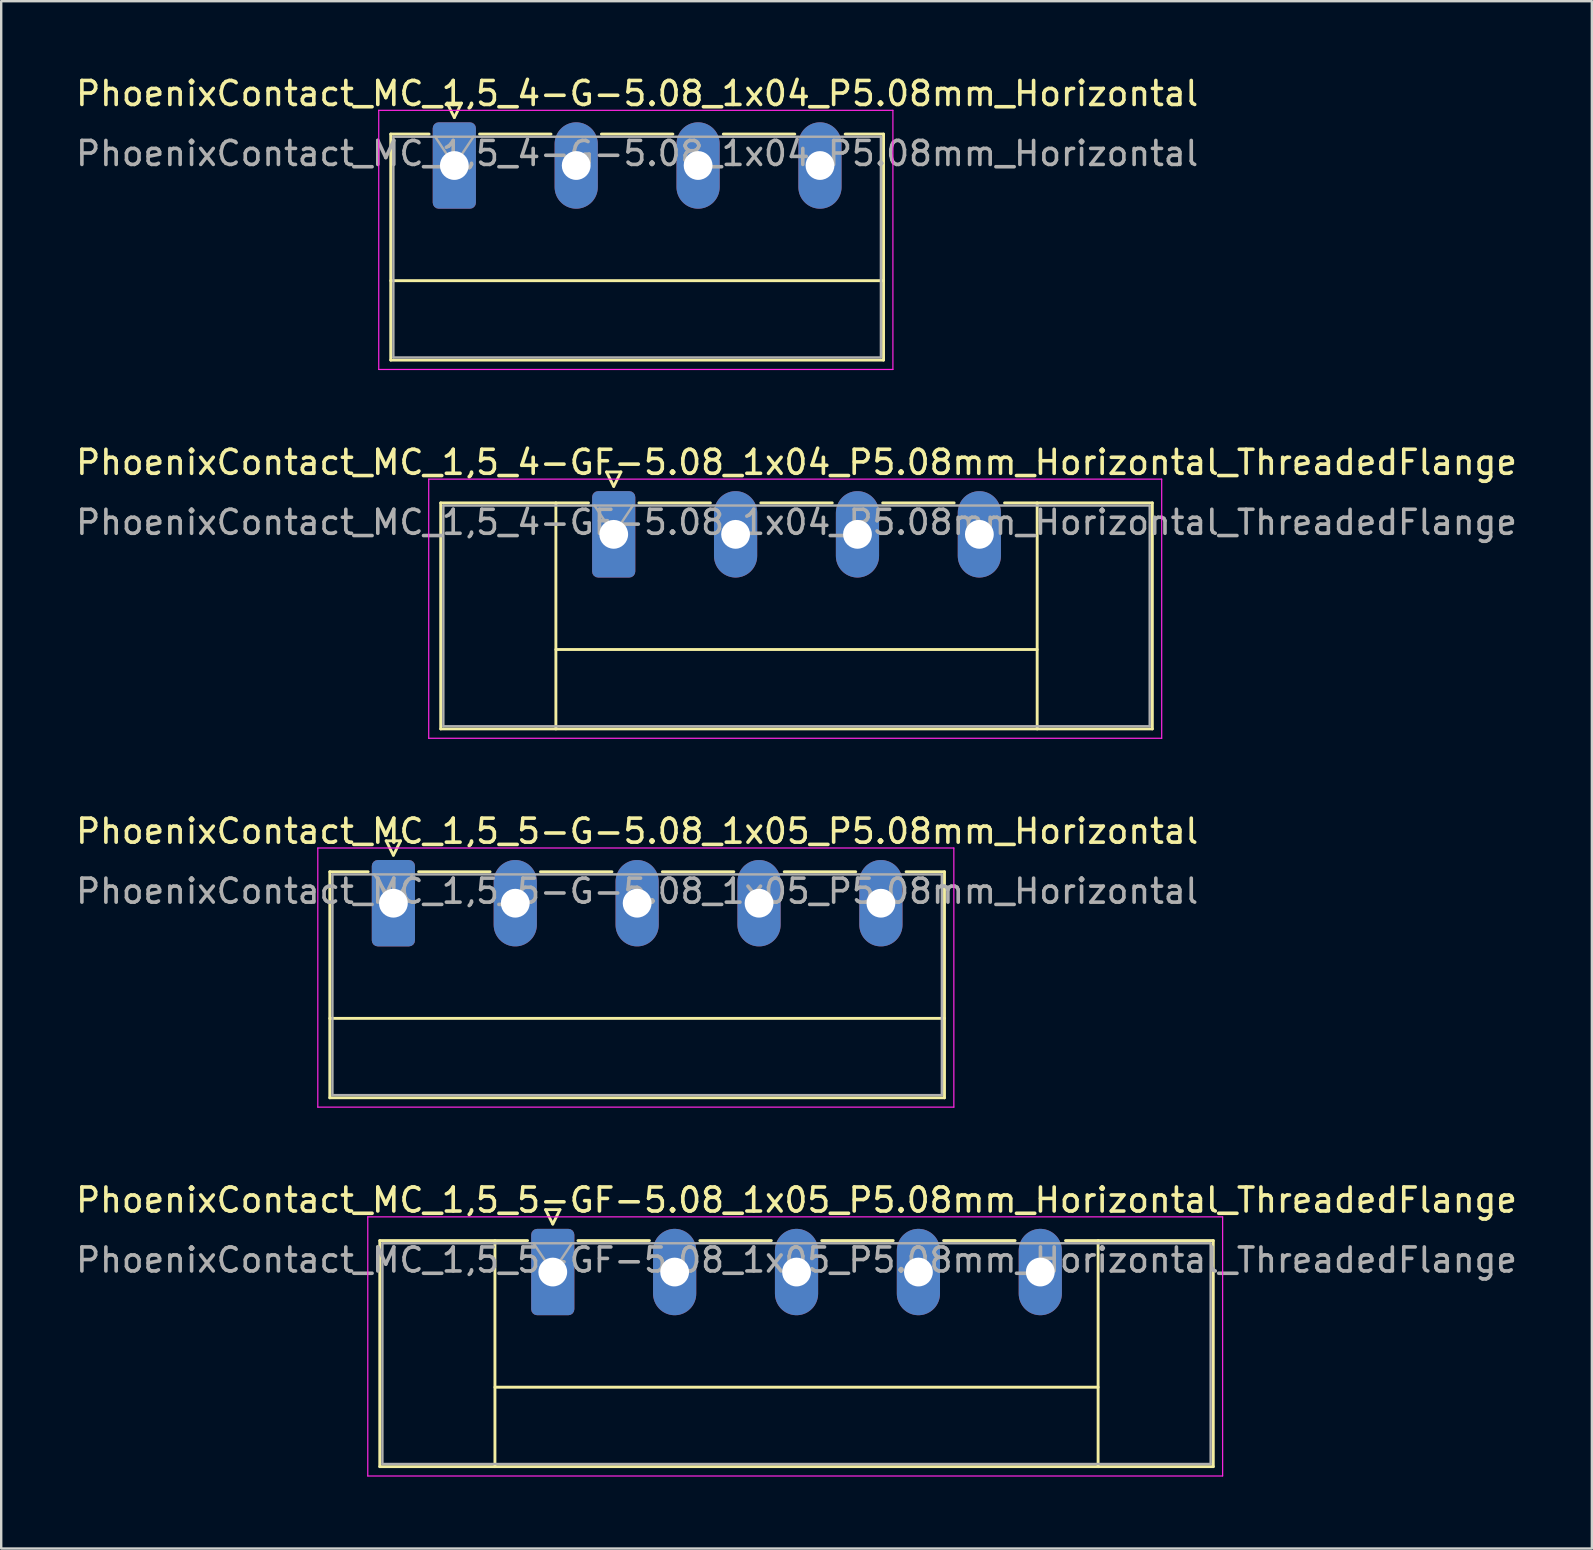
<source format=kicad_pcb>
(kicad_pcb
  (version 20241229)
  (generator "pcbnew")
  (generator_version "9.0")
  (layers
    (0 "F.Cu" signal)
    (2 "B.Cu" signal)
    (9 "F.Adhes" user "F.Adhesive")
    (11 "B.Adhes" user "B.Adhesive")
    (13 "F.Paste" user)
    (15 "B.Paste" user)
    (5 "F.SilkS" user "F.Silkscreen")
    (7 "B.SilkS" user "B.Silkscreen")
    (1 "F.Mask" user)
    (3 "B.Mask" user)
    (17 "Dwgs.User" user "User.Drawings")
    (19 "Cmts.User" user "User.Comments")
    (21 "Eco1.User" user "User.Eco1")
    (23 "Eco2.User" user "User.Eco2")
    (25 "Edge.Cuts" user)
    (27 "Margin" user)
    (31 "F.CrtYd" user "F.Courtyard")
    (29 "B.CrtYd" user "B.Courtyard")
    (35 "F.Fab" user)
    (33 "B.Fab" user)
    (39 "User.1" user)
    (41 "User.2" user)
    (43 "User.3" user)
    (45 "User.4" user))
  (footprint "PhoenixContact_MC_1,5_5-GF-5.08_1x05_P5.08mm_Horizontal_ThreadedFlange"
    (layer "F.Cu")
    (at 19.989 49.968)
    (property "Reference" "PhoenixContact_MC_1,5_5-GF-5.08_1x05_P5.08mm_Horizontal_ThreadedFlange" (at 10.16 -3 0) (layer "F.SilkS") (effects (font (size 1 1) (thickness 0.15))))
    (attr through_hole)
    (fp_line (start -7.21 -1.31) (end -7.21 8.11) (stroke (width 0.12) (type solid)) (layer "F.SilkS"))
    (fp_line (start -7.21 -1.31) (end -1.05 -1.31) (stroke (width 0.12) (type solid)) (layer "F.SilkS"))
    (fp_line (start -7.21 8.11) (end 27.53 8.11) (stroke (width 0.12) (type solid)) (layer "F.SilkS"))
    (fp_line (start -2.41 -1.31) (end -2.41 8.11) (stroke (width 0.12) (type solid)) (layer "F.SilkS"))
    (fp_line (start -2.41 4.8) (end 22.73 4.8) (stroke (width 0.12) (type solid)) (layer "F.SilkS"))
    (fp_line (start -0.3 -2.6) (end 0.3 -2.6) (stroke (width 0.12) (type solid)) (layer "F.SilkS"))
    (fp_line (start 0 -2) (end -0.3 -2.6) (stroke (width 0.12) (type solid)) (layer "F.SilkS"))
    (fp_line (start 0.3 -2.6) (end 0 -2) (stroke (width 0.12) (type solid)) (layer "F.SilkS"))
    (fp_line (start 1.05 -1.31) (end 4.03 -1.31) (stroke (width 0.12) (type solid)) (layer "F.SilkS"))
    (fp_line (start 6.13 -1.31) (end 9.11 -1.31) (stroke (width 0.12) (type solid)) (layer "F.SilkS"))
    (fp_line (start 11.21 -1.31) (end 14.19 -1.31) (stroke (width 0.12) (type solid)) (layer "F.SilkS"))
    (fp_line (start 16.29 -1.31) (end 19.27 -1.31) (stroke (width 0.12) (type solid)) (layer "F.SilkS"))
    (fp_line (start 22.73 -1.31) (end 22.73 8.11) (stroke (width 0.12) (type solid)) (layer "F.SilkS"))
    (fp_line (start 27.53 -1.31) (end 21.37 -1.31) (stroke (width 0.12) (type solid)) (layer "F.SilkS"))
    (fp_line (start 27.53 8.11) (end 27.53 -1.31) (stroke (width 0.12) (type solid)) (layer "F.SilkS"))
    (fp_line (start -7.71 -2.3) (end -7.71 8.5) (stroke (width 0.05) (type solid)) (layer "F.CrtYd"))
    (fp_line (start -7.71 8.5) (end 27.92 8.5) (stroke (width 0.05) (type solid)) (layer "F.CrtYd"))
    (fp_line (start 27.92 -2.3) (end -7.71 -2.3) (stroke (width 0.05) (type solid)) (layer "F.CrtYd"))
    (fp_line (start 27.92 8.5) (end 27.92 -2.3) (stroke (width 0.05) (type solid)) (layer "F.CrtYd"))
    (fp_line (start -7.1 -1.2) (end -7.1 8) (stroke (width 0.1) (type solid)) (layer "F.Fab"))
    (fp_line (start -7.1 8) (end 27.42 8) (stroke (width 0.1) (type solid)) (layer "F.Fab"))
    (fp_line (start 0 0) (end -0.8 -1.2) (stroke (width 0.1) (type solid)) (layer "F.Fab"))
    (fp_line (start 0.8 -1.2) (end 0 0) (stroke (width 0.1) (type solid)) (layer "F.Fab"))
    (fp_line (start 27.42 -1.2) (end -7.1 -1.2) (stroke (width 0.1) (type solid)) (layer "F.Fab"))
    (fp_line (start 27.42 8) (end 27.42 -1.2) (stroke (width 0.1) (type solid)) (layer "F.Fab"))
    (fp_text user "${REFERENCE}" (at 10.16 -0.5 0) (layer "F.Fab") (effects (font (size 1 1) (thickness 0.15))))
    (pad "1" thru_hole roundrect (at 0 0) (size 1.8 3.6) (drill 1.2) (layers "*.Cu" "*.Mask") (roundrect_rratio 0.139))
    (pad "2" thru_hole oval (at 5.08 0) (size 1.8 3.6) (drill 1.2) (layers "*.Cu" "*.Mask"))
    (pad "3" thru_hole oval (at 10.16 0) (size 1.8 3.6) (drill 1.2) (layers "*.Cu" "*.Mask"))
    (pad "4" thru_hole oval (at 15.24 0) (size 1.8 3.6) (drill 1.2) (layers "*.Cu" "*.Mask"))
    (pad "5" thru_hole oval (at 20.32 0) (size 1.8 3.6) (drill 1.2) (layers "*.Cu" "*.Mask")))
  (footprint "PhoenixContact_MC_1,5_4-GF-5.08_1x04_P5.08mm_Horizontal_ThreadedFlange"
    (layer "F.Cu")
    (at 22.529 19.221)
    (property "Reference" "PhoenixContact_MC_1,5_4-GF-5.08_1x04_P5.08mm_Horizontal_ThreadedFlange" (at 7.62 -3 0) (layer "F.SilkS") (effects (font (size 1 1) (thickness 0.15))))
    (attr through_hole)
    (fp_line (start -7.21 -1.31) (end -7.21 8.11) (stroke (width 0.12) (type solid)) (layer "F.SilkS"))
    (fp_line (start -7.21 -1.31) (end -1.05 -1.31) (stroke (width 0.12) (type solid)) (layer "F.SilkS"))
    (fp_line (start -7.21 8.11) (end 22.45 8.11) (stroke (width 0.12) (type solid)) (layer "F.SilkS"))
    (fp_line (start -2.41 -1.31) (end -2.41 8.11) (stroke (width 0.12) (type solid)) (layer "F.SilkS"))
    (fp_line (start -2.41 4.8) (end 17.65 4.8) (stroke (width 0.12) (type solid)) (layer "F.SilkS"))
    (fp_line (start -0.3 -2.6) (end 0.3 -2.6) (stroke (width 0.12) (type solid)) (layer "F.SilkS"))
    (fp_line (start 0 -2) (end -0.3 -2.6) (stroke (width 0.12) (type solid)) (layer "F.SilkS"))
    (fp_line (start 0.3 -2.6) (end 0 -2) (stroke (width 0.12) (type solid)) (layer "F.SilkS"))
    (fp_line (start 1.05 -1.31) (end 4.03 -1.31) (stroke (width 0.12) (type solid)) (layer "F.SilkS"))
    (fp_line (start 6.13 -1.31) (end 9.11 -1.31) (stroke (width 0.12) (type solid)) (layer "F.SilkS"))
    (fp_line (start 11.21 -1.31) (end 14.19 -1.31) (stroke (width 0.12) (type solid)) (layer "F.SilkS"))
    (fp_line (start 17.65 -1.31) (end 17.65 8.11) (stroke (width 0.12) (type solid)) (layer "F.SilkS"))
    (fp_line (start 22.45 -1.31) (end 16.29 -1.31) (stroke (width 0.12) (type solid)) (layer "F.SilkS"))
    (fp_line (start 22.45 8.11) (end 22.45 -1.31) (stroke (width 0.12) (type solid)) (layer "F.SilkS"))
    (fp_line (start -7.71 -2.3) (end -7.71 8.5) (stroke (width 0.05) (type solid)) (layer "F.CrtYd"))
    (fp_line (start -7.71 8.5) (end 22.84 8.5) (stroke (width 0.05) (type solid)) (layer "F.CrtYd"))
    (fp_line (start 22.84 -2.3) (end -7.71 -2.3) (stroke (width 0.05) (type solid)) (layer "F.CrtYd"))
    (fp_line (start 22.84 8.5) (end 22.84 -2.3) (stroke (width 0.05) (type solid)) (layer "F.CrtYd"))
    (fp_line (start -7.1 -1.2) (end -7.1 8) (stroke (width 0.1) (type solid)) (layer "F.Fab"))
    (fp_line (start -7.1 8) (end 22.34 8) (stroke (width 0.1) (type solid)) (layer "F.Fab"))
    (fp_line (start 0 0) (end -0.8 -1.2) (stroke (width 0.1) (type solid)) (layer "F.Fab"))
    (fp_line (start 0.8 -1.2) (end 0 0) (stroke (width 0.1) (type solid)) (layer "F.Fab"))
    (fp_line (start 22.34 -1.2) (end -7.1 -1.2) (stroke (width 0.1) (type solid)) (layer "F.Fab"))
    (fp_line (start 22.34 8) (end 22.34 -1.2) (stroke (width 0.1) (type solid)) (layer "F.Fab"))
    (fp_text user "${REFERENCE}" (at 7.62 -0.5 0) (layer "F.Fab") (effects (font (size 1 1) (thickness 0.15))))
    (pad "1" thru_hole roundrect (at 0 0) (size 1.8 3.6) (drill 1.2) (layers "*.Cu" "*.Mask") (roundrect_rratio 0.139))
    (pad "2" thru_hole oval (at 5.08 0) (size 1.8 3.6) (drill 1.2) (layers "*.Cu" "*.Mask"))
    (pad "3" thru_hole oval (at 10.16 0) (size 1.8 3.6) (drill 1.2) (layers "*.Cu" "*.Mask"))
    (pad "4" thru_hole oval (at 15.24 0) (size 1.8 3.6) (drill 1.2) (layers "*.Cu" "*.Mask")))
  (footprint "PhoenixContact_MC_1,5_5-G-5.08_1x05_P5.08mm_Horizontal"
    (layer "F.Cu")
    (at 13.346 34.595)
    (property "Reference" "PhoenixContact_MC_1,5_5-G-5.08_1x05_P5.08mm_Horizontal" (at 10.16 -3 0) (layer "F.SilkS") (effects (font (size 1 1) (thickness 0.15))))
    (attr through_hole)
    (fp_line (start -2.65 -1.31) (end -2.65 8.11) (stroke (width 0.12) (type solid)) (layer "F.SilkS"))
    (fp_line (start -2.65 -1.31) (end -1.05 -1.31) (stroke (width 0.12) (type solid)) (layer "F.SilkS"))
    (fp_line (start -2.65 4.8) (end 22.97 4.8) (stroke (width 0.12) (type solid)) (layer "F.SilkS"))
    (fp_line (start -2.65 8.11) (end 22.97 8.11) (stroke (width 0.12) (type solid)) (layer "F.SilkS"))
    (fp_line (start -0.3 -2.6) (end 0.3 -2.6) (stroke (width 0.12) (type solid)) (layer "F.SilkS"))
    (fp_line (start 0 -2) (end -0.3 -2.6) (stroke (width 0.12) (type solid)) (layer "F.SilkS"))
    (fp_line (start 0.3 -2.6) (end 0 -2) (stroke (width 0.12) (type solid)) (layer "F.SilkS"))
    (fp_line (start 1.05 -1.31) (end 4.03 -1.31) (stroke (width 0.12) (type solid)) (layer "F.SilkS"))
    (fp_line (start 6.13 -1.31) (end 9.11 -1.31) (stroke (width 0.12) (type solid)) (layer "F.SilkS"))
    (fp_line (start 11.21 -1.31) (end 14.19 -1.31) (stroke (width 0.12) (type solid)) (layer "F.SilkS"))
    (fp_line (start 16.29 -1.31) (end 19.27 -1.31) (stroke (width 0.12) (type solid)) (layer "F.SilkS"))
    (fp_line (start 22.97 -1.31) (end 21.37 -1.31) (stroke (width 0.12) (type solid)) (layer "F.SilkS"))
    (fp_line (start 22.97 8.11) (end 22.97 -1.31) (stroke (width 0.12) (type solid)) (layer "F.SilkS"))
    (fp_line (start -3.15 -2.3) (end -3.15 8.5) (stroke (width 0.05) (type solid)) (layer "F.CrtYd"))
    (fp_line (start -3.15 8.5) (end 23.36 8.5) (stroke (width 0.05) (type solid)) (layer "F.CrtYd"))
    (fp_line (start 23.36 -2.3) (end -3.15 -2.3) (stroke (width 0.05) (type solid)) (layer "F.CrtYd"))
    (fp_line (start 23.36 8.5) (end 23.36 -2.3) (stroke (width 0.05) (type solid)) (layer "F.CrtYd"))
    (fp_line (start -2.54 -1.2) (end -2.54 8) (stroke (width 0.1) (type solid)) (layer "F.Fab"))
    (fp_line (start -2.54 8) (end 22.86 8) (stroke (width 0.1) (type solid)) (layer "F.Fab"))
    (fp_line (start 0 0) (end -0.8 -1.2) (stroke (width 0.1) (type solid)) (layer "F.Fab"))
    (fp_line (start 0.8 -1.2) (end 0 0) (stroke (width 0.1) (type solid)) (layer "F.Fab"))
    (fp_line (start 22.86 -1.2) (end -2.54 -1.2) (stroke (width 0.1) (type solid)) (layer "F.Fab"))
    (fp_line (start 22.86 8) (end 22.86 -1.2) (stroke (width 0.1) (type solid)) (layer "F.Fab"))
    (fp_text user "${REFERENCE}" (at 10.16 -0.5 0) (layer "F.Fab") (effects (font (size 1 1) (thickness 0.15))))
    (pad "1" thru_hole roundrect (at 0 0) (size 1.8 3.6) (drill 1.2) (layers "*.Cu" "*.Mask") (roundrect_rratio 0.139))
    (pad "2" thru_hole oval (at 5.08 0) (size 1.8 3.6) (drill 1.2) (layers "*.Cu" "*.Mask"))
    (pad "3" thru_hole oval (at 10.16 0) (size 1.8 3.6) (drill 1.2) (layers "*.Cu" "*.Mask"))
    (pad "4" thru_hole oval (at 15.24 0) (size 1.8 3.6) (drill 1.2) (layers "*.Cu" "*.Mask"))
    (pad "5" thru_hole oval (at 20.32 0) (size 1.8 3.6) (drill 1.2) (layers "*.Cu" "*.Mask")))
  (footprint "PhoenixContact_MC_1,5_4-G-5.08_1x04_P5.08mm_Horizontal"
    (layer "F.Cu")
    (at 15.886 3.848)
    (property "Reference" "PhoenixContact_MC_1,5_4-G-5.08_1x04_P5.08mm_Horizontal" (at 7.62 -3 0) (layer "F.SilkS") (effects (font (size 1 1) (thickness 0.15))))
    (attr through_hole)
    (fp_line (start -2.65 -1.31) (end -2.65 8.11) (stroke (width 0.12) (type solid)) (layer "F.SilkS"))
    (fp_line (start -2.65 -1.31) (end -1.05 -1.31) (stroke (width 0.12) (type solid)) (layer "F.SilkS"))
    (fp_line (start -2.65 4.8) (end 17.89 4.8) (stroke (width 0.12) (type solid)) (layer "F.SilkS"))
    (fp_line (start -2.65 8.11) (end 17.89 8.11) (stroke (width 0.12) (type solid)) (layer "F.SilkS"))
    (fp_line (start -0.3 -2.6) (end 0.3 -2.6) (stroke (width 0.12) (type solid)) (layer "F.SilkS"))
    (fp_line (start 0 -2) (end -0.3 -2.6) (stroke (width 0.12) (type solid)) (layer "F.SilkS"))
    (fp_line (start 0.3 -2.6) (end 0 -2) (stroke (width 0.12) (type solid)) (layer "F.SilkS"))
    (fp_line (start 1.05 -1.31) (end 4.03 -1.31) (stroke (width 0.12) (type solid)) (layer "F.SilkS"))
    (fp_line (start 6.13 -1.31) (end 9.11 -1.31) (stroke (width 0.12) (type solid)) (layer "F.SilkS"))
    (fp_line (start 11.21 -1.31) (end 14.19 -1.31) (stroke (width 0.12) (type solid)) (layer "F.SilkS"))
    (fp_line (start 17.89 -1.31) (end 16.29 -1.31) (stroke (width 0.12) (type solid)) (layer "F.SilkS"))
    (fp_line (start 17.89 8.11) (end 17.89 -1.31) (stroke (width 0.12) (type solid)) (layer "F.SilkS"))
    (fp_line (start -3.15 -2.3) (end -3.15 8.5) (stroke (width 0.05) (type solid)) (layer "F.CrtYd"))
    (fp_line (start -3.15 8.5) (end 18.28 8.5) (stroke (width 0.05) (type solid)) (layer "F.CrtYd"))
    (fp_line (start 18.28 -2.3) (end -3.15 -2.3) (stroke (width 0.05) (type solid)) (layer "F.CrtYd"))
    (fp_line (start 18.28 8.5) (end 18.28 -2.3) (stroke (width 0.05) (type solid)) (layer "F.CrtYd"))
    (fp_line (start -2.54 -1.2) (end -2.54 8) (stroke (width 0.1) (type solid)) (layer "F.Fab"))
    (fp_line (start -2.54 8) (end 17.78 8) (stroke (width 0.1) (type solid)) (layer "F.Fab"))
    (fp_line (start 0 0) (end -0.8 -1.2) (stroke (width 0.1) (type solid)) (layer "F.Fab"))
    (fp_line (start 0.8 -1.2) (end 0 0) (stroke (width 0.1) (type solid)) (layer "F.Fab"))
    (fp_line (start 17.78 -1.2) (end -2.54 -1.2) (stroke (width 0.1) (type solid)) (layer "F.Fab"))
    (fp_line (start 17.78 8) (end 17.78 -1.2) (stroke (width 0.1) (type solid)) (layer "F.Fab"))
    (fp_text user "${REFERENCE}" (at 7.62 -0.5 0) (layer "F.Fab") (effects (font (size 1 1) (thickness 0.15))))
    (pad "1" thru_hole roundrect (at 0 0) (size 1.8 3.6) (drill 1.2) (layers "*.Cu" "*.Mask") (roundrect_rratio 0.139))
    (pad "2" thru_hole oval (at 5.08 0) (size 1.8 3.6) (drill 1.2) (layers "*.Cu" "*.Mask"))
    (pad "3" thru_hole oval (at 10.16 0) (size 1.8 3.6) (drill 1.2) (layers "*.Cu" "*.Mask"))
    (pad "4" thru_hole oval (at 15.24 0) (size 1.8 3.6) (drill 1.2) (layers "*.Cu" "*.Mask")))
  (gr_rect
    (start -3 -3)
    (end 63.298 61.493)
    (stroke (width 0.1) (type default))
    (fill no)
    (layer "Edge.Cuts")))
</source>
